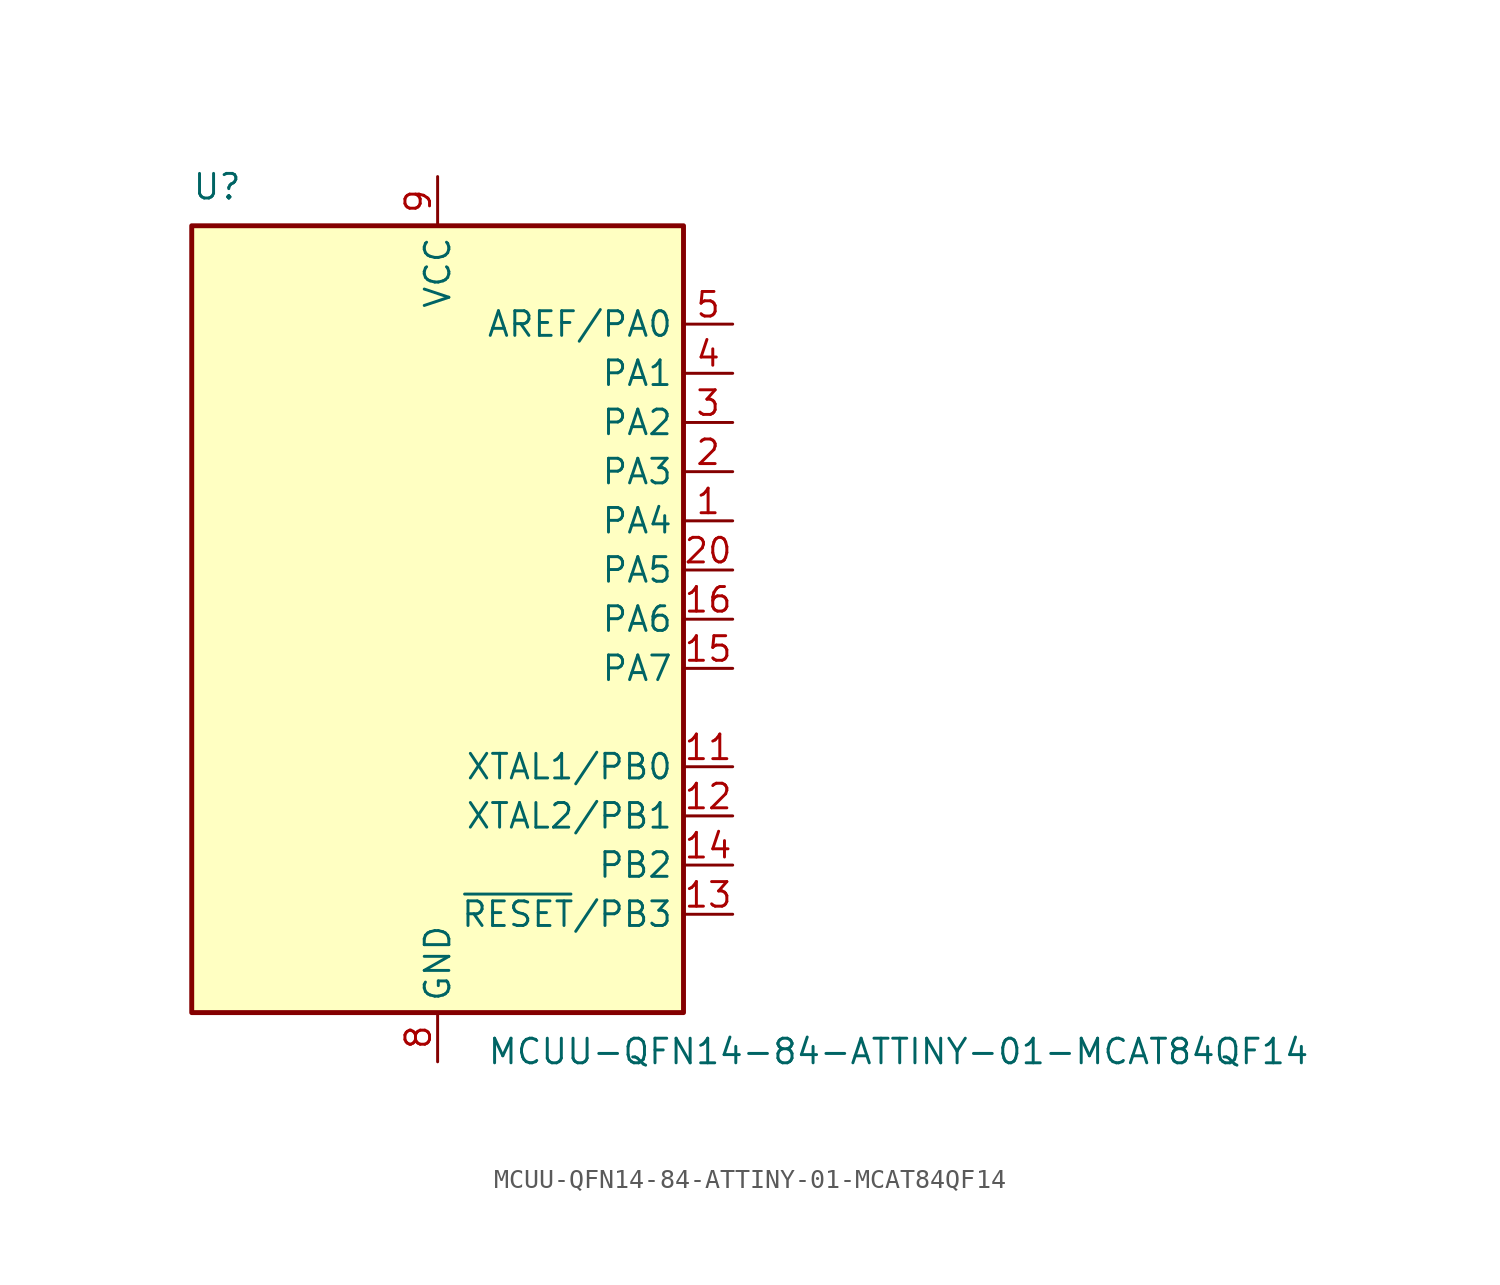
<source format=kicad_sym>
(kicad_symbol_lib
  (version 20211014)
  (generator kicad_symbol_editor)
  (symbol "MCUU-QFN14-84-ATTINY-01-MCAT84QF14"
    (property "Reference" "U"
      (at -12.7 21.59 0)
      (effects (font (size 1.27 1.27)) (justify left bottom)))
    (property "Value" "MCUU-QFN14-84-ATTINY-01-MCAT84QF14"
      (at 2.54 -21.59 0)
      (effects (font (size 1.27 1.27)) (justify left top)))
    (symbol "MCUU-QFN14-84-ATTINY-01-MCAT84QF14_0_1"
      (rectangle (start -12.7 -20.32) (end 12.7 20.32) (stroke (width 0.254) (type default) (color 0 0 0 0)) (fill (type background))))
    (symbol "MCUU-QFN14-84-ATTINY-01-MCAT84QF14_1_1"
      (pin bidirectional line (at 15.24 5.08 180) (length 2.54) (name "PA4" (effects (font (size 1.27 1.27)))) (number "1" (effects (font (size 1.27 1.27)))))
      (pin no_connect line (at -12.7 -10.16 0) (length 2.54) hide (name "NC" (effects (font (size 1.27 1.27)))) (number "10" (effects (font (size 1.27 1.27)))))
      (pin bidirectional line (at 15.24 -7.62 180) (length 2.54) (name "XTAL1/PB0" (effects (font (size 1.27 1.27)))) (number "11" (effects (font (size 1.27 1.27)))))
      (pin bidirectional line (at 15.24 -10.16 180) (length 2.54) (name "XTAL2/PB1" (effects (font (size 1.27 1.27)))) (number "12" (effects (font (size 1.27 1.27)))))
      (pin bidirectional line (at 15.24 -15.24 180) (length 2.54) (name "~{RESET}/PB3" (effects (font (size 1.27 1.27)))) (number "13" (effects (font (size 1.27 1.27)))))
      (pin bidirectional line (at 15.24 -12.7 180) (length 2.54) (name "PB2" (effects (font (size 1.27 1.27)))) (number "14" (effects (font (size 1.27 1.27)))))
      (pin bidirectional line (at 15.24 -2.54 180) (length 2.54) (name "PA7" (effects (font (size 1.27 1.27)))) (number "15" (effects (font (size 1.27 1.27)))))
      (pin bidirectional line (at 15.24 0 180) (length 2.54) (name "PA6" (effects (font (size 1.27 1.27)))) (number "16" (effects (font (size 1.27 1.27)))))
      (pin no_connect line (at -12.7 -12.7 0) (length 2.54) hide (name "NC" (effects (font (size 1.27 1.27)))) (number "17" (effects (font (size 1.27 1.27)))))
      (pin no_connect line (at -12.7 -15.24 0) (length 2.54) hide (name "NC" (effects (font (size 1.27 1.27)))) (number "18" (effects (font (size 1.27 1.27)))))
      (pin no_connect line (at -12.7 -17.78 0) (length 2.54) hide (name "NC" (effects (font (size 1.27 1.27)))) (number "19" (effects (font (size 1.27 1.27)))))
      (pin bidirectional line (at 15.24 7.62 180) (length 2.54) (name "PA3" (effects (font (size 1.27 1.27)))) (number "2" (effects (font (size 1.27 1.27)))))
      (pin bidirectional line (at 15.24 2.54 180) (length 2.54) (name "PA5" (effects (font (size 1.27 1.27)))) (number "20" (effects (font (size 1.27 1.27)))))
      (pin passive line (at 0 -22.86 90) (length 2.54) hide (name "GND" (effects (font (size 1.27 1.27)))) (number "21" (effects (font (size 1.27 1.27)))))
      (pin bidirectional line (at 15.24 10.16 180) (length 2.54) (name "PA2" (effects (font (size 1.27 1.27)))) (number "3" (effects (font (size 1.27 1.27)))))
      (pin bidirectional line (at 15.24 12.7 180) (length 2.54) (name "PA1" (effects (font (size 1.27 1.27)))) (number "4" (effects (font (size 1.27 1.27)))))
      (pin bidirectional line (at 15.24 15.24 180) (length 2.54) (name "AREF/PA0" (effects (font (size 1.27 1.27)))) (number "5" (effects (font (size 1.27 1.27)))))
      (pin no_connect line (at -12.7 -5.08 0) (length 2.54) hide (name "NC" (effects (font (size 1.27 1.27)))) (number "6" (effects (font (size 1.27 1.27)))))
      (pin no_connect line (at -12.7 -7.62 0) (length 2.54) hide (name "NC" (effects (font (size 1.27 1.27)))) (number "7" (effects (font (size 1.27 1.27)))))
      (pin power_in line (at 0 -22.86 90) (length 2.54) (name "GND" (effects (font (size 1.27 1.27)))) (number "8" (effects (font (size 1.27 1.27)))))
      (pin power_in line (at 0 22.86 270) (length 2.54) (name "VCC" (effects (font (size 1.27 1.27)))) (number "9" (effects (font (size 1.27 1.27))))))))
</source>
